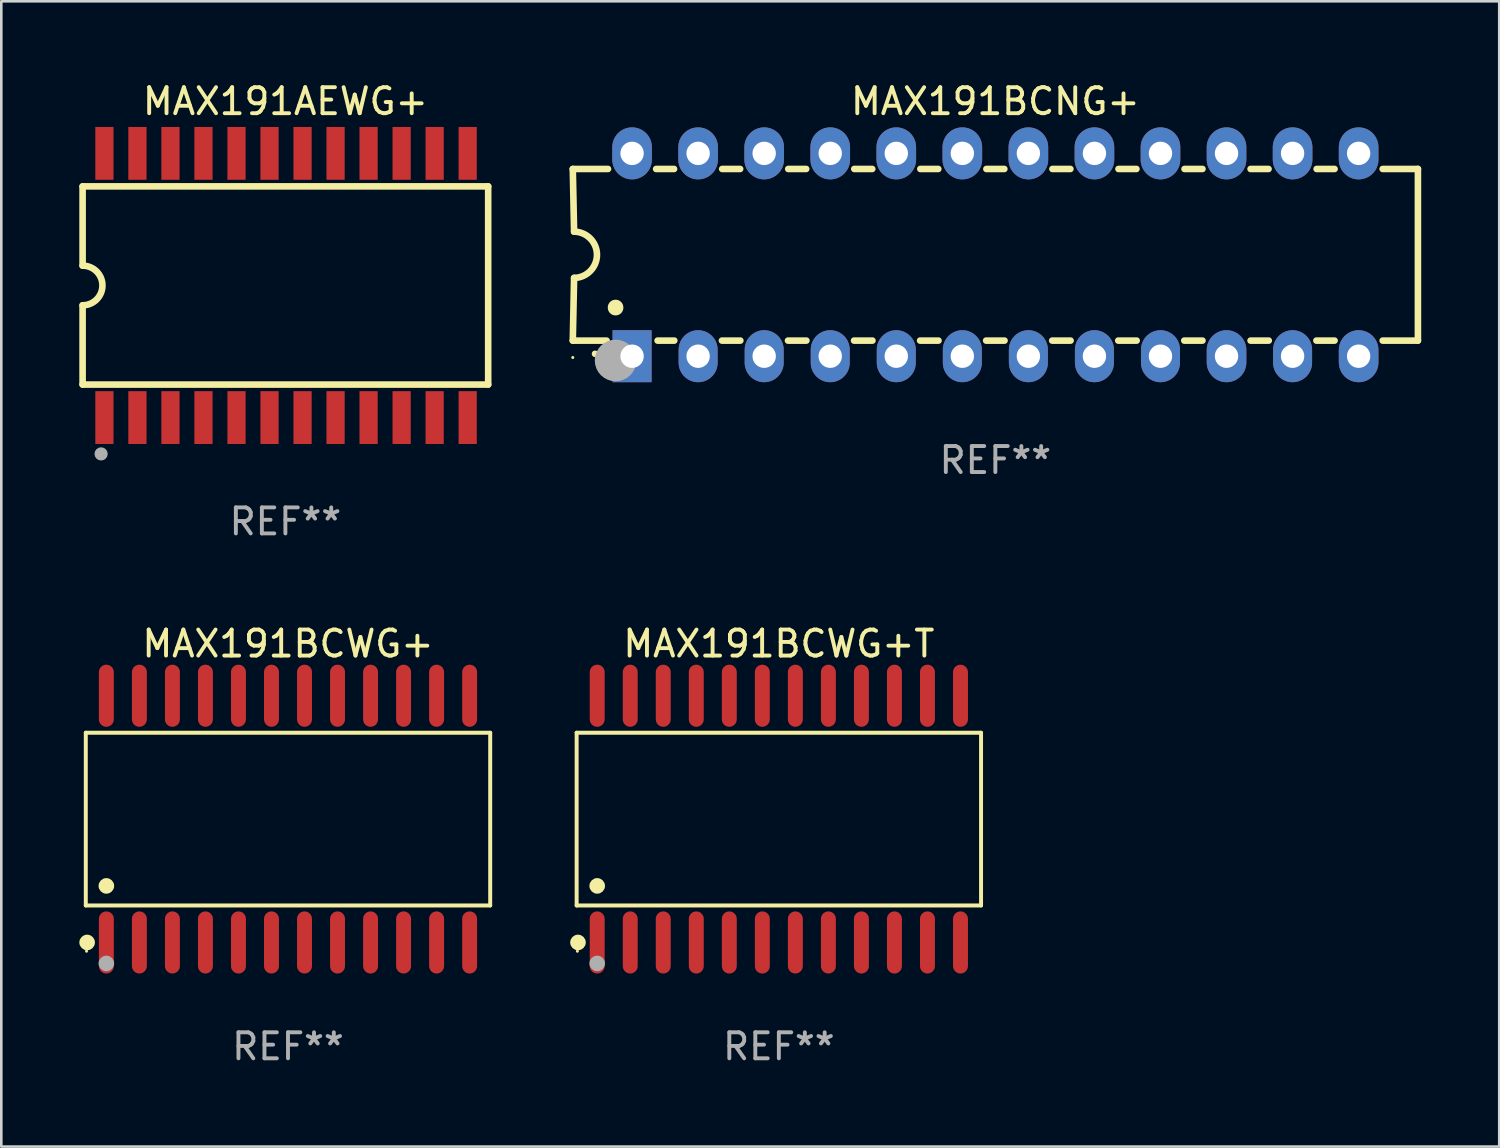
<source format=kicad_pcb>
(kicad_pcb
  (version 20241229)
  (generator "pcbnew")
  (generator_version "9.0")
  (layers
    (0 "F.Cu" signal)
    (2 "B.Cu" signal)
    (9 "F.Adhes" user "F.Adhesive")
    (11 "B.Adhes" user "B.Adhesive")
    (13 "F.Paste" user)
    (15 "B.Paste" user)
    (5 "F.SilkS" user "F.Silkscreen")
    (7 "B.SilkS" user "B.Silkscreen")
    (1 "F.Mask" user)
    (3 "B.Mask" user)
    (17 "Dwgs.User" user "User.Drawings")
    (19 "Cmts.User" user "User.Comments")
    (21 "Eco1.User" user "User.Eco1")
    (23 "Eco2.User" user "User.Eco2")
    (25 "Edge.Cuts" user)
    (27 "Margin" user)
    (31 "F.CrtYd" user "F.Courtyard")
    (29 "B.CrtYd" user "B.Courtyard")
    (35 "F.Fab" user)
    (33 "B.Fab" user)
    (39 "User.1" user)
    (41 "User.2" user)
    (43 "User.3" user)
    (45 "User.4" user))
  (footprint "MAX191AEWG+"
    (layer "F.Cu")
    (at 7.925 7.928)
    (property "Reference" "MAX191AEWG+" (at 0 -7.08 0) (layer "F.SilkS") (effects (font (size 1 1) (thickness 0.15))))
    (attr through_hole)
    (fp_line (start -7.798 -3.81) (end -7.798 -0.762) (stroke (width 0.254) (type solid)) (layer "F.SilkS"))
    (fp_line (start -7.798 3.81) (end -7.798 0.762) (stroke (width 0.254) (type solid)) (layer "F.SilkS"))
    (fp_line (start 7.798 -3.81) (end -7.798 -3.81) (stroke (width 0.254) (type solid)) (layer "F.SilkS"))
    (fp_line (start 7.798 3.81) (end -7.798 3.81) (stroke (width 0.254) (type solid)) (layer "F.SilkS"))
    (fp_line (start 7.798 3.81) (end 7.798 -3.81) (stroke (width 0.254) (type solid)) (layer "F.SilkS"))
    (fp_arc (start -7.797791 -0.762002) (mid -7.03579 -0.000001) (end -7.79779 0.762002) (stroke (width 0.254001) (type solid)) (layer "F.SilkS"))
    (fp_circle (center -7.825 3.75) (end -7.795 3.75) (stroke (width 0.06) (type solid)) (fill no) (layer "F.SilkS"))
    (fp_circle (center -7.087 6.477) (end -6.96 6.477) (stroke (width 0.254) (type solid)) (fill no) (layer "F.Fab"))
    (fp_text user "REF**" (at 0 9.08 0) (layer "F.Fab") (effects (font (size 1 1) (thickness 0.15))))
    (pad "1" smd rect (at -6.96 5.08 90) (size 2.032 0.7) (layers "F.Cu" "F.Mask" "F.Paste"))
    (pad "2" smd rect (at -5.69 5.08 90) (size 2.032 0.7) (layers "F.Cu" "F.Mask" "F.Paste"))
    (pad "3" smd rect (at -4.42 5.08 90) (size 2.032 0.7) (layers "F.Cu" "F.Mask" "F.Paste"))
    (pad "4" smd rect (at -3.15 5.08 90) (size 2.032 0.7) (layers "F.Cu" "F.Mask" "F.Paste"))
    (pad "5" smd rect (at -1.88 5.08 90) (size 2.032 0.7) (layers "F.Cu" "F.Mask" "F.Paste"))
    (pad "6" smd rect (at -0.61 5.08 90) (size 2.032 0.7) (layers "F.Cu" "F.Mask" "F.Paste"))
    (pad "7" smd rect (at 0.66 5.08 90) (size 2.032 0.7) (layers "F.Cu" "F.Mask" "F.Paste"))
    (pad "8" smd rect (at 1.93 5.08 90) (size 2.032 0.7) (layers "F.Cu" "F.Mask" "F.Paste"))
    (pad "9" smd rect (at 3.2 5.08 90) (size 2.032 0.7) (layers "F.Cu" "F.Mask" "F.Paste"))
    (pad "10" smd rect (at 4.47 5.08 90) (size 2.032 0.7) (layers "F.Cu" "F.Mask" "F.Paste"))
    (pad "11" smd rect (at 5.74 5.08 90) (size 2.032 0.7) (layers "F.Cu" "F.Mask" "F.Paste"))
    (pad "12" smd rect (at 7.01 5.08 90) (size 2.032 0.7) (layers "F.Cu" "F.Mask" "F.Paste"))
    (pad "13" smd rect (at 7.01 -5.08 90) (size 2.032 0.7) (layers "F.Cu" "F.Mask" "F.Paste"))
    (pad "14" smd rect (at 5.74 -5.08 90) (size 2.032 0.7) (layers "F.Cu" "F.Mask" "F.Paste"))
    (pad "15" smd rect (at 4.47 -5.08 90) (size 2.032 0.7) (layers "F.Cu" "F.Mask" "F.Paste"))
    (pad "16" smd rect (at 3.2 -5.08 90) (size 2.032 0.7) (layers "F.Cu" "F.Mask" "F.Paste"))
    (pad "17" smd rect (at 1.93 -5.08 90) (size 2.032 0.7) (layers "F.Cu" "F.Mask" "F.Paste"))
    (pad "18" smd rect (at 0.66 -5.08 90) (size 2.032 0.7) (layers "F.Cu" "F.Mask" "F.Paste"))
    (pad "19" smd rect (at -0.61 -5.08 90) (size 2.032 0.7) (layers "F.Cu" "F.Mask" "F.Paste"))
    (pad "20" smd rect (at -1.88 -5.08 90) (size 2.032 0.7) (layers "F.Cu" "F.Mask" "F.Paste"))
    (pad "21" smd rect (at -3.15 -5.08 90) (size 2.032 0.7) (layers "F.Cu" "F.Mask" "F.Paste"))
    (pad "22" smd rect (at -4.42 -5.08 90) (size 2.032 0.7) (layers "F.Cu" "F.Mask" "F.Paste"))
    (pad "23" smd rect (at -5.69 -5.08 90) (size 2.032 0.7) (layers "F.Cu" "F.Mask" "F.Paste"))
    (pad "24" smd rect (at -6.96 -5.08 90) (size 2.032 0.7) (layers "F.Cu" "F.Mask" "F.Paste")))
  (footprint "MAX191BCWG+T"
    (layer "F.Cu")
    (at 26.901 28.449)
    (property "Reference" "MAX191BCWG+T" (at 0 -6.744 0) (layer "F.SilkS") (effects (font (size 1 1) (thickness 0.15))))
    (attr through_hole)
    (fp_line (start -7.776 -3.321) (end 7.776 -3.321) (stroke (width 0.152) (type solid)) (layer "F.SilkS"))
    (fp_line (start -7.776 3.321) (end -7.776 -3.321) (stroke (width 0.152) (type solid)) (layer "F.SilkS"))
    (fp_line (start 7.776 -3.321) (end 7.776 3.321) (stroke (width 0.152) (type solid)) (layer "F.SilkS"))
    (fp_line (start 7.776 3.321) (end -7.776 3.321) (stroke (width 0.152) (type solid)) (layer "F.SilkS"))
    (fp_circle (center -7.747 5.08) (end -7.717 5.08) (stroke (width 0.06) (type solid)) (fill no) (layer "F.SilkS"))
    (fp_circle (center -7.724 4.744) (end -7.574 4.744) (stroke (width 0.3) (type solid)) (fill no) (layer "F.SilkS"))
    (fp_circle (center -6.985 2.569) (end -6.835 2.569) (stroke (width 0.3) (type solid)) (fill no) (layer "F.SilkS"))
    (fp_circle (center -6.985 5.55) (end -6.835 5.55) (stroke (width 0.3) (type solid)) (fill no) (layer "F.Fab"))
    (fp_text user "REF**" (at 0 8.744 0) (layer "F.Fab") (effects (font (size 1 1) (thickness 0.15))))
    (pad "1" smd oval (at -6.985 4.744) (size 0.574 2.388) (layers "F.Cu" "F.Mask" "F.Paste"))
    (pad "2" smd oval (at -5.715 4.744) (size 0.574 2.388) (layers "F.Cu" "F.Mask" "F.Paste"))
    (pad "3" smd oval (at -4.445 4.744) (size 0.574 2.388) (layers "F.Cu" "F.Mask" "F.Paste"))
    (pad "4" smd oval (at -3.175 4.744) (size 0.574 2.388) (layers "F.Cu" "F.Mask" "F.Paste"))
    (pad "5" smd oval (at -1.905 4.744) (size 0.574 2.388) (layers "F.Cu" "F.Mask" "F.Paste"))
    (pad "6" smd oval (at -0.635 4.744) (size 0.574 2.388) (layers "F.Cu" "F.Mask" "F.Paste"))
    (pad "7" smd oval (at 0.635 4.744) (size 0.574 2.388) (layers "F.Cu" "F.Mask" "F.Paste"))
    (pad "8" smd oval (at 1.905 4.744) (size 0.574 2.388) (layers "F.Cu" "F.Mask" "F.Paste"))
    (pad "9" smd oval (at 3.175 4.744) (size 0.574 2.388) (layers "F.Cu" "F.Mask" "F.Paste"))
    (pad "10" smd oval (at 4.445 4.744) (size 0.574 2.388) (layers "F.Cu" "F.Mask" "F.Paste"))
    (pad "11" smd oval (at 5.715 4.744) (size 0.574 2.388) (layers "F.Cu" "F.Mask" "F.Paste"))
    (pad "12" smd oval (at 6.985 4.744) (size 0.574 2.388) (layers "F.Cu" "F.Mask" "F.Paste"))
    (pad "13" smd oval (at 6.985 -4.744) (size 0.574 2.388) (layers "F.Cu" "F.Mask" "F.Paste"))
    (pad "14" smd oval (at 5.715 -4.744) (size 0.574 2.388) (layers "F.Cu" "F.Mask" "F.Paste"))
    (pad "15" smd oval (at 4.445 -4.744) (size 0.574 2.388) (layers "F.Cu" "F.Mask" "F.Paste"))
    (pad "16" smd oval (at 3.175 -4.744) (size 0.574 2.388) (layers "F.Cu" "F.Mask" "F.Paste"))
    (pad "17" smd oval (at 1.905 -4.744) (size 0.574 2.388) (layers "F.Cu" "F.Mask" "F.Paste"))
    (pad "18" smd oval (at 0.635 -4.744) (size 0.574 2.388) (layers "F.Cu" "F.Mask" "F.Paste"))
    (pad "19" smd oval (at -0.635 -4.744) (size 0.574 2.388) (layers "F.Cu" "F.Mask" "F.Paste"))
    (pad "20" smd oval (at -1.905 -4.744) (size 0.574 2.388) (layers "F.Cu" "F.Mask" "F.Paste"))
    (pad "21" smd oval (at -3.175 -4.744) (size 0.574 2.388) (layers "F.Cu" "F.Mask" "F.Paste"))
    (pad "22" smd oval (at -4.445 -4.744) (size 0.574 2.388) (layers "F.Cu" "F.Mask" "F.Paste"))
    (pad "23" smd oval (at -5.715 -4.744) (size 0.574 2.388) (layers "F.Cu" "F.Mask" "F.Paste"))
    (pad "24" smd oval (at -6.985 -4.744) (size 0.574 2.388) (layers "F.Cu" "F.Mask" "F.Paste")))
  (footprint "MAX191BCNG+"
    (layer "F.Cu")
    (at 35.227 6.748)
    (property "Reference" "MAX191BCNG+" (at 0 -5.9 0) (layer "F.SilkS") (effects (font (size 1 1) (thickness 0.15))))
    (attr through_hole)
    (fp_line (start -16.25 -3.3) (end -16.2 -0.889) (stroke (width 0.254) (type solid)) (layer "F.SilkS"))
    (fp_line (start -16.25 -3.3) (end -14.895 -3.3) (stroke (width 0.254) (type solid)) (layer "F.SilkS"))
    (fp_line (start -16.25 3.3) (end -16.2 0.889) (stroke (width 0.254) (type solid)) (layer "F.SilkS"))
    (fp_line (start -16.25 3.3) (end -14.951 3.3) (stroke (width 0.254) (type solid)) (layer "F.SilkS"))
    (fp_line (start -13.045 -3.3) (end -12.355 -3.3) (stroke (width 0.254) (type solid)) (layer "F.SilkS"))
    (fp_line (start -12.989 3.3) (end -12.347 3.3) (stroke (width 0.254) (type solid)) (layer "F.SilkS"))
    (fp_line (start -10.514 3.3) (end -9.807 3.3) (stroke (width 0.254) (type solid)) (layer "F.SilkS"))
    (fp_line (start -10.505 -3.3) (end -9.815 -3.3) (stroke (width 0.254) (type solid)) (layer "F.SilkS"))
    (fp_line (start -7.974 3.3) (end -7.267 3.3) (stroke (width 0.254) (type solid)) (layer "F.SilkS"))
    (fp_line (start -7.965 -3.3) (end -7.275 -3.3) (stroke (width 0.254) (type solid)) (layer "F.SilkS"))
    (fp_line (start -5.434 3.3) (end -4.727 3.3) (stroke (width 0.254) (type solid)) (layer "F.SilkS"))
    (fp_line (start -5.425 -3.3) (end -4.735 -3.3) (stroke (width 0.254) (type solid)) (layer "F.SilkS"))
    (fp_line (start -2.894 3.3) (end -2.187 3.3) (stroke (width 0.254) (type solid)) (layer "F.SilkS"))
    (fp_line (start -2.885 -3.3) (end -2.195 -3.3) (stroke (width 0.254) (type solid)) (layer "F.SilkS"))
    (fp_line (start -0.354 3.3) (end 0.353 3.3) (stroke (width 0.254) (type solid)) (layer "F.SilkS"))
    (fp_line (start -0.345 -3.3) (end 0.345 -3.3) (stroke (width 0.254) (type solid)) (layer "F.SilkS"))
    (fp_line (start 2.186 3.3) (end 2.893 3.3) (stroke (width 0.254) (type solid)) (layer "F.SilkS"))
    (fp_line (start 2.195 -3.3) (end 2.885 -3.3) (stroke (width 0.254) (type solid)) (layer "F.SilkS"))
    (fp_line (start 4.726 3.3) (end 5.434 3.3) (stroke (width 0.254) (type solid)) (layer "F.SilkS"))
    (fp_line (start 4.735 -3.3) (end 5.425 -3.3) (stroke (width 0.254) (type solid)) (layer "F.SilkS"))
    (fp_line (start 7.266 3.3) (end 7.965 3.3) (stroke (width 0.254) (type solid)) (layer "F.SilkS"))
    (fp_line (start 7.275 -3.3) (end 7.965 -3.3) (stroke (width 0.254) (type solid)) (layer "F.SilkS"))
    (fp_line (start 9.815 -3.3) (end 10.505 -3.3) (stroke (width 0.254) (type solid)) (layer "F.SilkS"))
    (fp_line (start 9.815 3.3) (end 10.514 3.3) (stroke (width 0.254) (type solid)) (layer "F.SilkS"))
    (fp_line (start 12.346 3.3) (end 13.045 3.3) (stroke (width 0.254) (type solid)) (layer "F.SilkS"))
    (fp_line (start 12.355 -3.3) (end 13.045 -3.3) (stroke (width 0.254) (type solid)) (layer "F.SilkS"))
    (fp_line (start 16.25 -3.3) (end 14.895 -3.3) (stroke (width 0.254) (type solid)) (layer "F.SilkS"))
    (fp_line (start 16.25 -3.3) (end 16.25 3.3) (stroke (width 0.254) (type solid)) (layer "F.SilkS"))
    (fp_line (start 16.25 3.3) (end 14.895 3.3) (stroke (width 0.254) (type solid)) (layer "F.SilkS"))
    (fp_arc (start -16.201016 -0.890146) (mid -15.311429 -0.001055) (end -16.200025 0.889027) (stroke (width 0.254001) (type solid)) (layer "F.SilkS"))
    (fp_arc (start -15.394971 3.810033) (mid -15.394978 3.808763) (end -15.394971 3.807493) (stroke (width 0.25) (type solid)) (layer "F.SilkS"))
    (fp_arc (start -14.605029 2.032029) (mid -14.60504 2.029489) (end -14.605029 2.026949) (stroke (width 0.6) (type solid)) (layer "F.SilkS"))
    (fp_circle (center -16.25 3.95) (end -16.22 3.95) (stroke (width 0.06) (type solid)) (fill no) (layer "F.SilkS"))
    (fp_circle (center -14.605 4.064) (end -14.205 4.064) (stroke (width 0.8) (type solid)) (fill no) (layer "F.Fab"))
    (fp_text user "REF**" (at 0 7.9 0) (layer "F.Fab") (effects (font (size 1 1) (thickness 0.15))))
    (pad "1" thru_hole rect (at -13.97 3.9 90) (size 2 1.5) (drill 0.9) (layers "*.Cu" "*.Mask"))
    (pad "2" thru_hole oval (at -11.43 3.9 90) (size 2 1.5) (drill 0.9) (layers "*.Cu" "*.Mask"))
    (pad "3" thru_hole oval (at -8.89 3.9 90) (size 2 1.5) (drill 0.9) (layers "*.Cu" "*.Mask"))
    (pad "4" thru_hole oval (at -6.35 3.9 90) (size 2 1.5) (drill 0.9) (layers "*.Cu" "*.Mask"))
    (pad "5" thru_hole oval (at -3.81 3.9 90) (size 2 1.5) (drill 0.9) (layers "*.Cu" "*.Mask"))
    (pad "6" thru_hole oval (at -1.27 3.9 90) (size 2 1.5) (drill 0.9) (layers "*.Cu" "*.Mask"))
    (pad "7" thru_hole oval (at 1.27 3.9 90) (size 2 1.5) (drill 0.9) (layers "*.Cu" "*.Mask"))
    (pad "8" thru_hole oval (at 3.81 3.9 90) (size 2 1.5) (drill 0.9) (layers "*.Cu" "*.Mask"))
    (pad "9" thru_hole oval (at 6.35 3.9 90) (size 2 1.5) (drill 0.9) (layers "*.Cu" "*.Mask"))
    (pad "10" thru_hole oval (at 8.89 3.9 90) (size 2 1.524) (drill 0.9) (layers "*.Cu" "*.Mask"))
    (pad "11" thru_hole oval (at 11.43 3.9 90) (size 2 1.5) (drill 0.9) (layers "*.Cu" "*.Mask"))
    (pad "12" thru_hole oval (at 13.97 3.9 90) (size 2 1.524) (drill 0.9) (layers "*.Cu" "*.Mask"))
    (pad "13" thru_hole oval (at 13.97 -3.9 90) (size 2 1.524) (drill 0.9) (layers "*.Cu" "*.Mask"))
    (pad "14" thru_hole oval (at 11.43 -3.9 90) (size 2 1.524) (drill 0.9) (layers "*.Cu" "*.Mask"))
    (pad "15" thru_hole oval (at 8.89 -3.9 90) (size 2 1.524) (drill 0.9) (layers "*.Cu" "*.Mask"))
    (pad "16" thru_hole oval (at 6.35 -3.9 90) (size 2 1.524) (drill 0.9) (layers "*.Cu" "*.Mask"))
    (pad "17" thru_hole oval (at 3.81 -3.9 90) (size 2 1.524) (drill 0.9) (layers "*.Cu" "*.Mask"))
    (pad "18" thru_hole oval (at 1.27 -3.9 90) (size 2 1.524) (drill 0.9) (layers "*.Cu" "*.Mask"))
    (pad "19" thru_hole oval (at -1.27 -3.9 90) (size 2 1.524) (drill 0.9) (layers "*.Cu" "*.Mask"))
    (pad "20" thru_hole oval (at -3.81 -3.9 90) (size 2 1.524) (drill 0.9) (layers "*.Cu" "*.Mask"))
    (pad "21" thru_hole oval (at -6.35 -3.9 90) (size 2 1.524) (drill 0.9) (layers "*.Cu" "*.Mask"))
    (pad "22" thru_hole oval (at -8.89 -3.9 90) (size 2 1.524) (drill 0.9) (layers "*.Cu" "*.Mask"))
    (pad "23" thru_hole oval (at -11.43 -3.9 90) (size 2 1.524) (drill 0.9) (layers "*.Cu" "*.Mask"))
    (pad "24" thru_hole oval (at -13.97 -3.9 90) (size 2 1.524) (drill 0.9) (layers "*.Cu" "*.Mask")))
  (footprint "MAX191BCWG+"
    (layer "F.Cu")
    (at 8.025 28.449)
    (property "Reference" "MAX191BCWG+" (at 0 -6.744 0) (layer "F.SilkS") (effects (font (size 1 1) (thickness 0.15))))
    (attr through_hole)
    (fp_line (start -7.776 -3.321) (end 7.776 -3.321) (stroke (width 0.152) (type solid)) (layer "F.SilkS"))
    (fp_line (start -7.776 3.321) (end -7.776 -3.321) (stroke (width 0.152) (type solid)) (layer "F.SilkS"))
    (fp_line (start 7.776 -3.321) (end 7.776 3.321) (stroke (width 0.152) (type solid)) (layer "F.SilkS"))
    (fp_line (start 7.776 3.321) (end -7.776 3.321) (stroke (width 0.152) (type solid)) (layer "F.SilkS"))
    (fp_circle (center -7.747 5.08) (end -7.717 5.08) (stroke (width 0.06) (type solid)) (fill no) (layer "F.SilkS"))
    (fp_circle (center -7.724 4.744) (end -7.574 4.744) (stroke (width 0.3) (type solid)) (fill no) (layer "F.SilkS"))
    (fp_circle (center -6.985 2.569) (end -6.835 2.569) (stroke (width 0.3) (type solid)) (fill no) (layer "F.SilkS"))
    (fp_circle (center -6.985 5.55) (end -6.835 5.55) (stroke (width 0.3) (type solid)) (fill no) (layer "F.Fab"))
    (fp_text user "REF**" (at 0 8.744 0) (layer "F.Fab") (effects (font (size 1 1) (thickness 0.15))))
    (pad "1" smd oval (at -6.985 4.744) (size 0.574 2.388) (layers "F.Cu" "F.Mask" "F.Paste"))
    (pad "2" smd oval (at -5.715 4.744) (size 0.574 2.388) (layers "F.Cu" "F.Mask" "F.Paste"))
    (pad "3" smd oval (at -4.445 4.744) (size 0.574 2.388) (layers "F.Cu" "F.Mask" "F.Paste"))
    (pad "4" smd oval (at -3.175 4.744) (size 0.574 2.388) (layers "F.Cu" "F.Mask" "F.Paste"))
    (pad "5" smd oval (at -1.905 4.744) (size 0.574 2.388) (layers "F.Cu" "F.Mask" "F.Paste"))
    (pad "6" smd oval (at -0.635 4.744) (size 0.574 2.388) (layers "F.Cu" "F.Mask" "F.Paste"))
    (pad "7" smd oval (at 0.635 4.744) (size 0.574 2.388) (layers "F.Cu" "F.Mask" "F.Paste"))
    (pad "8" smd oval (at 1.905 4.744) (size 0.574 2.388) (layers "F.Cu" "F.Mask" "F.Paste"))
    (pad "9" smd oval (at 3.175 4.744) (size 0.574 2.388) (layers "F.Cu" "F.Mask" "F.Paste"))
    (pad "10" smd oval (at 4.445 4.744) (size 0.574 2.388) (layers "F.Cu" "F.Mask" "F.Paste"))
    (pad "11" smd oval (at 5.715 4.744) (size 0.574 2.388) (layers "F.Cu" "F.Mask" "F.Paste"))
    (pad "12" smd oval (at 6.985 4.744) (size 0.574 2.388) (layers "F.Cu" "F.Mask" "F.Paste"))
    (pad "13" smd oval (at 6.985 -4.744) (size 0.574 2.388) (layers "F.Cu" "F.Mask" "F.Paste"))
    (pad "14" smd oval (at 5.715 -4.744) (size 0.574 2.388) (layers "F.Cu" "F.Mask" "F.Paste"))
    (pad "15" smd oval (at 4.445 -4.744) (size 0.574 2.388) (layers "F.Cu" "F.Mask" "F.Paste"))
    (pad "16" smd oval (at 3.175 -4.744) (size 0.574 2.388) (layers "F.Cu" "F.Mask" "F.Paste"))
    (pad "17" smd oval (at 1.905 -4.744) (size 0.574 2.388) (layers "F.Cu" "F.Mask" "F.Paste"))
    (pad "18" smd oval (at 0.635 -4.744) (size 0.574 2.388) (layers "F.Cu" "F.Mask" "F.Paste"))
    (pad "19" smd oval (at -0.635 -4.744) (size 0.574 2.388) (layers "F.Cu" "F.Mask" "F.Paste"))
    (pad "20" smd oval (at -1.905 -4.744) (size 0.574 2.388) (layers "F.Cu" "F.Mask" "F.Paste"))
    (pad "21" smd oval (at -3.175 -4.744) (size 0.574 2.388) (layers "F.Cu" "F.Mask" "F.Paste"))
    (pad "22" smd oval (at -4.445 -4.744) (size 0.574 2.388) (layers "F.Cu" "F.Mask" "F.Paste"))
    (pad "23" smd oval (at -5.715 -4.744) (size 0.574 2.388) (layers "F.Cu" "F.Mask" "F.Paste"))
    (pad "24" smd oval (at -6.985 -4.744) (size 0.574 2.388) (layers "F.Cu" "F.Mask" "F.Paste")))
  (gr_rect
    (start -3 -3)
    (end 54.604 41.041)
    (stroke (width 0.1) (type default))
    (fill no)
    (layer "Edge.Cuts")))
</source>
